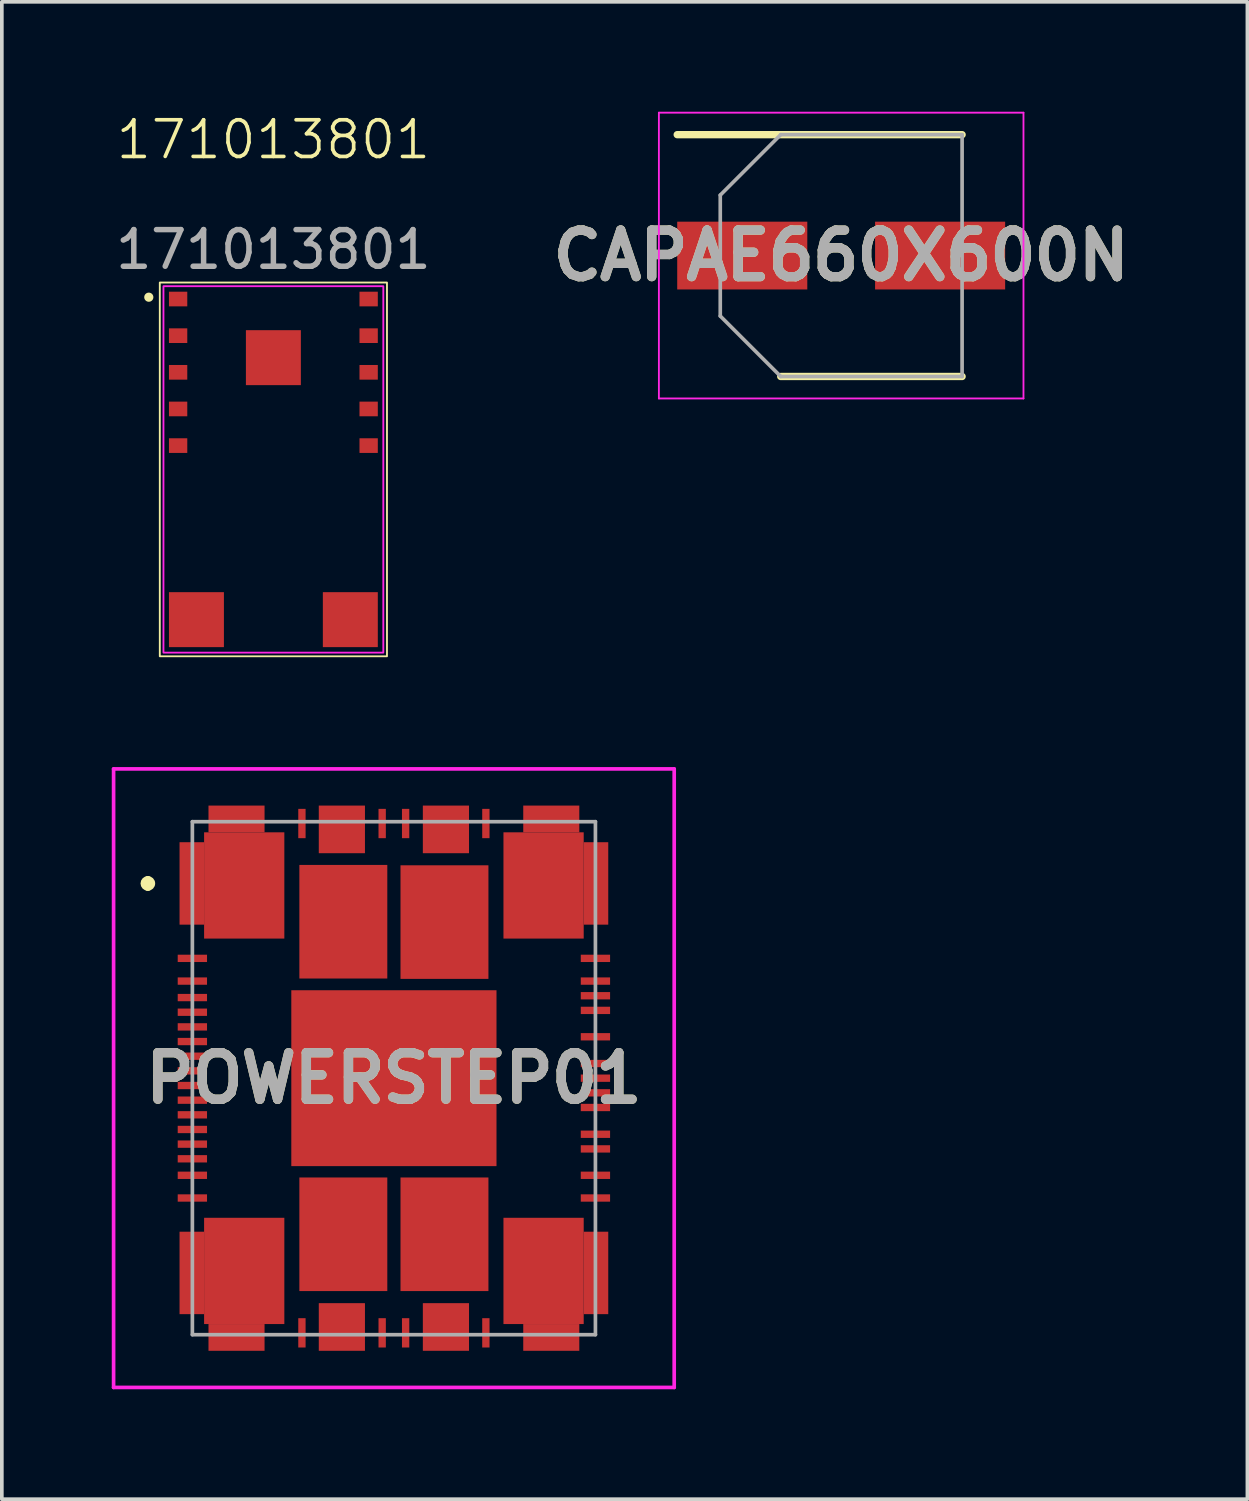
<source format=kicad_pcb>
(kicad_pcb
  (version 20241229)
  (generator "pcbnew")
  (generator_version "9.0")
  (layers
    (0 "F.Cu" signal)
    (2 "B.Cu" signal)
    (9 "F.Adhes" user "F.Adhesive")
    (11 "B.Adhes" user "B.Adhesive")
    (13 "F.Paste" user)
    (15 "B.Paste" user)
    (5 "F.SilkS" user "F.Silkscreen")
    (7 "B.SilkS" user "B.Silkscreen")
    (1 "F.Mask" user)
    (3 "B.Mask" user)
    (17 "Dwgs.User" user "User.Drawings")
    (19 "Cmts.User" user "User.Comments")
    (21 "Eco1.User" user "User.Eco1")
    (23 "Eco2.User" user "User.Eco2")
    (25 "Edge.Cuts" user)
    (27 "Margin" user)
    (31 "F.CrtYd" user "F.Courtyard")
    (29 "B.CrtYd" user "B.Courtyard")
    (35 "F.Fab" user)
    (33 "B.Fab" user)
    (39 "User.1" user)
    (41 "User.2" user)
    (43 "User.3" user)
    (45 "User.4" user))
  (footprint "POWERSTEP01"
    (layer "F.Cu")
    (at 7.7 26.375)
    (property "Reference" "POWERSTEP01" (at 0 0 0) (layer "F.SilkS") (effects (font (size 1.27 1.27) (thickness 0.254))))
    (attr smd)
    (fp_line (start -6.715 -5.415) (end -6.715 -5.415) (stroke (width 0.2) (type solid)) (layer "F.SilkS"))
    (fp_line (start -6.715 -5.215) (end -6.715 -5.215) (stroke (width 0.2) (type solid)) (layer "F.SilkS"))
    (fp_arc (start -6.715 -5.415) (mid -6.615 -5.315) (end -6.715 -5.215) (stroke (width 0.2) (type solid)) (layer "F.SilkS"))
    (fp_arc (start -6.715 -5.215) (mid -6.815 -5.315) (end -6.715 -5.415) (stroke (width 0.2) (type solid)) (layer "F.SilkS"))
    (fp_line (start -7.65 -8.44) (end 7.65 -8.44) (stroke (width 0.1) (type solid)) (layer "F.CrtYd"))
    (fp_line (start -7.65 8.44) (end -7.65 -8.44) (stroke (width 0.1) (type solid)) (layer "F.CrtYd"))
    (fp_line (start 7.65 -8.44) (end 7.65 8.44) (stroke (width 0.1) (type solid)) (layer "F.CrtYd"))
    (fp_line (start 7.65 8.44) (end -7.65 8.44) (stroke (width 0.1) (type solid)) (layer "F.CrtYd"))
    (fp_line (start -5.5 -7) (end 5.5 -7) (stroke (width 0.1) (type solid)) (layer "F.Fab"))
    (fp_line (start -5.5 7) (end -5.5 -7) (stroke (width 0.1) (type solid)) (layer "F.Fab"))
    (fp_line (start 5.5 -7) (end 5.5 7) (stroke (width 0.1) (type solid)) (layer "F.Fab"))
    (fp_line (start 5.5 7) (end -5.5 7) (stroke (width 0.1) (type solid)) (layer "F.Fab"))
    (fp_text user "${REFERENCE}" (at 0 0 0) (layer "F.Fab") (effects (font (size 1.27 1.27) (thickness 0.254))))
    (pad "1" smd rect (at -5.515 -5.315) (size 0.67 2.25) (layers "F.Cu" "F.Mask" "F.Paste"))
    (pad "7" smd rect (at -5.5 -3.27 90) (size 0.2 0.8) (layers "F.Cu" "F.Mask" "F.Paste"))
    (pad "8" smd rect (at -5.5 -2.65 90) (size 0.2 0.8) (layers "F.Cu" "F.Mask" "F.Paste"))
    (pad "9" smd rect (at -5.5 -2.2 90) (size 0.2 0.8) (layers "F.Cu" "F.Mask" "F.Paste"))
    (pad "10" smd rect (at -5.5 -1.8 90) (size 0.2 0.8) (layers "F.Cu" "F.Mask" "F.Paste"))
    (pad "11" smd rect (at -5.5 -1.4 90) (size 0.2 0.8) (layers "F.Cu" "F.Mask" "F.Paste"))
    (pad "12" smd rect (at -5.5 -1 90) (size 0.2 0.8) (layers "F.Cu" "F.Mask" "F.Paste"))
    (pad "13" smd rect (at -5.5 -0.6 90) (size 0.2 0.8) (layers "F.Cu" "F.Mask" "F.Paste"))
    (pad "14" smd rect (at -5.5 -0.2 90) (size 0.2 0.8) (layers "F.Cu" "F.Mask" "F.Paste"))
    (pad "15" smd rect (at -5.5 0.2 90) (size 0.2 0.8) (layers "F.Cu" "F.Mask" "F.Paste"))
    (pad "16" smd rect (at -5.5 0.6 90) (size 0.2 0.8) (layers "F.Cu" "F.Mask" "F.Paste"))
    (pad "17" smd rect (at -5.5 1 90) (size 0.2 0.8) (layers "F.Cu" "F.Mask" "F.Paste"))
    (pad "18" smd rect (at -5.5 1.4 90) (size 0.2 0.8) (layers "F.Cu" "F.Mask" "F.Paste"))
    (pad "19" smd rect (at -5.5 1.8 90) (size 0.2 0.8) (layers "F.Cu" "F.Mask" "F.Paste"))
    (pad "20" smd rect (at -5.5 2.2 90) (size 0.2 0.8) (layers "F.Cu" "F.Mask" "F.Paste"))
    (pad "21" smd rect (at -5.5 2.65 90) (size 0.2 0.8) (layers "F.Cu" "F.Mask" "F.Paste"))
    (pad "22" smd rect (at -5.5 3.27 90) (size 0.2 0.8) (layers "F.Cu" "F.Mask" "F.Paste"))
    (pad "23" smd rect (at -5.515 5.315) (size 0.67 2.25) (layers "F.Cu" "F.Mask" "F.Paste"))
    (pad "24" smd rect (at -4.295 7.075 90) (size 0.73 1.53) (layers "F.Cu" "F.Mask" "F.Paste"))
    (pad "33" smd rect (at -2.51 6.95) (size 0.2 0.8) (layers "F.Cu" "F.Mask" "F.Paste"))
    (pad "37" smd rect (at -0.32 6.95) (size 0.2 0.8) (layers "F.Cu" "F.Mask" "F.Paste"))
    (pad "38" smd rect (at 0.32 6.95) (size 0.2 0.8) (layers "F.Cu" "F.Mask" "F.Paste"))
    (pad "42" smd rect (at 2.51 6.95) (size 0.2 0.8) (layers "F.Cu" "F.Mask" "F.Paste"))
    (pad "43" smd rect (at 4.295 7.075 90) (size 0.73 1.53) (layers "F.Cu" "F.Mask" "F.Paste"))
    (pad "47" smd rect (at 5.515 5.315) (size 0.67 2.25) (layers "F.Cu" "F.Mask" "F.Paste"))
    (pad "53" smd rect (at 5.5 3.27 90) (size 0.2 0.8) (layers "F.Cu" "F.Mask" "F.Paste"))
    (pad "54" smd rect (at 5.5 2.65 90) (size 0.2 0.8) (layers "F.Cu" "F.Mask" "F.Paste"))
    (pad "55" smd rect (at 5.5 1.93 90) (size 0.2 0.8) (layers "F.Cu" "F.Mask" "F.Paste"))
    (pad "56" smd rect (at 5.5 1.53 90) (size 0.2 0.8) (layers "F.Cu" "F.Mask" "F.Paste"))
    (pad "57" smd rect (at 5.5 0.8 90) (size 0.2 0.8) (layers "F.Cu" "F.Mask" "F.Paste"))
    (pad "58" smd rect (at 5.5 0.4 90) (size 0.2 0.8) (layers "F.Cu" "F.Mask" "F.Paste"))
    (pad "59" smd rect (at 5.5 0 90) (size 0.2 0.8) (layers "F.Cu" "F.Mask" "F.Paste"))
    (pad "60" smd rect (at 5.5 -0.4 90) (size 0.2 0.8) (layers "F.Cu" "F.Mask" "F.Paste"))
    (pad "61" smd rect (at 5.5 -1.13 90) (size 0.2 0.8) (layers "F.Cu" "F.Mask" "F.Paste"))
    (pad "62" smd rect (at 5.5 -1.85 90) (size 0.2 0.8) (layers "F.Cu" "F.Mask" "F.Paste"))
    (pad "63" smd rect (at 5.5 -2.25 90) (size 0.2 0.8) (layers "F.Cu" "F.Mask" "F.Paste"))
    (pad "64" smd rect (at 5.5 -2.65 90) (size 0.2 0.8) (layers "F.Cu" "F.Mask" "F.Paste"))
    (pad "65" smd rect (at 5.5 -3.27 90) (size 0.2 0.8) (layers "F.Cu" "F.Mask" "F.Paste"))
    (pad "66" smd rect (at 5.515 -5.315) (size 0.67 2.25) (layers "F.Cu" "F.Mask" "F.Paste"))
    (pad "72" smd rect (at 4.295 -7.075 90) (size 0.73 1.53) (layers "F.Cu" "F.Mask" "F.Paste"))
    (pad "76" smd rect (at 2.51 -6.95) (size 0.2 0.8) (layers "F.Cu" "F.Mask" "F.Paste"))
    (pad "80" smd rect (at 0.32 -6.95) (size 0.2 0.8) (layers "F.Cu" "F.Mask" "F.Paste"))
    (pad "81" smd rect (at -0.32 -6.95) (size 0.2 0.8) (layers "F.Cu" "F.Mask" "F.Paste"))
    (pad "85" smd rect (at -2.51 -6.95) (size 0.2 0.8) (layers "F.Cu" "F.Mask" "F.Paste"))
    (pad "86" smd rect (at -4.295 -7.075 90) (size 0.73 1.53) (layers "F.Cu" "F.Mask" "F.Paste"))
    (pad "87" smd rect (at -4.085 -5.26) (size 2.19 2.9) (layers "F.Cu" "F.Mask" "F.Paste"))
    (pad "88" smd rect (at -4.085 5.26) (size 2.19 2.9) (layers "F.Cu" "F.Mask" "F.Paste"))
    (pad "89" smd rect (at -1.38 4.26) (size 2.4 3.1) (layers "F.Cu" "F.Mask" "F.Paste"))
    (pad "90" smd rect (at 1.38 4.26) (size 2.4 3.1) (layers "F.Cu" "F.Mask" "F.Paste"))
    (pad "91" smd rect (at 4.085 5.26) (size 2.19 2.9) (layers "F.Cu" "F.Mask" "F.Paste"))
    (pad "92" smd rect (at 4.085 -5.26) (size 2.19 2.9) (layers "F.Cu" "F.Mask" "F.Paste"))
    (pad "93" smd rect (at 1.38 -4.26) (size 2.4 3.1) (layers "F.Cu" "F.Mask" "F.Paste"))
    (pad "94" smd rect (at -1.38 -4.27) (size 2.4 3.1) (layers "F.Cu" "F.Mask" "F.Paste"))
    (pad "95" smd rect (at 0 0 90) (size 4.8 5.6) (layers "F.Cu" "F.Mask" "F.Paste"))
    (pad "96" smd rect (at -1.42 6.79) (size 1.26 1.3) (layers "F.Cu" "F.Mask" "F.Paste"))
    (pad "97" smd rect (at 1.42 6.79) (size 1.26 1.3) (layers "F.Cu" "F.Mask" "F.Paste"))
    (pad "98" smd rect (at 1.42 -6.79) (size 1.26 1.3) (layers "F.Cu" "F.Mask" "F.Paste"))
    (pad "99" smd rect (at -1.42 -6.79) (size 1.26 1.3) (layers "F.Cu" "F.Mask" "F.Paste")))
  (footprint "CAPAE660X600N"
    (layer "F.Cu")
    (at 19.907 3.925)
    (property "Reference" "CAPAE660X600N" (at 0 0 0) (layer "F.SilkS") (effects (font (size 1.27 1.27) (thickness 0.254))))
    (attr smd)
    (fp_line (start -4.475 -3.3) (end 3.3 -3.3) (stroke (width 0.2) (type solid)) (layer "F.SilkS"))
    (fp_line (start -1.65 3.3) (end 3.3 3.3) (stroke (width 0.2) (type solid)) (layer "F.SilkS"))
    (fp_line (start -4.975 -3.9) (end 4.975 -3.9) (stroke (width 0.05) (type solid)) (layer "F.CrtYd"))
    (fp_line (start -4.975 3.9) (end -4.975 -3.9) (stroke (width 0.05) (type solid)) (layer "F.CrtYd"))
    (fp_line (start 4.975 -3.9) (end 4.975 3.9) (stroke (width 0.05) (type solid)) (layer "F.CrtYd"))
    (fp_line (start 4.975 3.9) (end -4.975 3.9) (stroke (width 0.05) (type solid)) (layer "F.CrtYd"))
    (fp_line (start -3.3 -1.65) (end -3.3 1.65) (stroke (width 0.1) (type solid)) (layer "F.Fab"))
    (fp_line (start -3.3 1.65) (end -1.65 3.3) (stroke (width 0.1) (type solid)) (layer "F.Fab"))
    (fp_line (start -1.65 -3.3) (end -3.3 -1.65) (stroke (width 0.1) (type solid)) (layer "F.Fab"))
    (fp_line (start -1.65 3.3) (end 3.3 3.3) (stroke (width 0.1) (type solid)) (layer "F.Fab"))
    (fp_line (start 3.3 -3.3) (end -1.65 -3.3) (stroke (width 0.1) (type solid)) (layer "F.Fab"))
    (fp_line (start 3.3 3.3) (end 3.3 -3.3) (stroke (width 0.1) (type solid)) (layer "F.Fab"))
    (fp_text user "${REFERENCE}" (at 0 0 0) (layer "F.Fab") (effects (font (size 1.27 1.27) (thickness 0.254))))
    (pad "1" smd rect (at -2.7 0 90) (size 1.85 3.55) (layers "F.Cu" "F.Mask" "F.Paste"))
    (pad "2" smd rect (at 2.7 0 90) (size 1.85 3.55) (layers "F.Cu" "F.Mask" "F.Paste")))
  (footprint "171013801"
    (layer "F.Cu")
    (at 4.411 9.761)
    (property "Reference" "171013801" (at 0 -9 0) (unlocked yes) (layer "F.SilkS") (effects (font (size 1 1) (thickness 0.1))))
    (attr smd)
    (fp_rect (start -3.1 -5.1) (end 3.1 5.1) (stroke (width 0.05) (type default)) (fill no) (layer "F.SilkS"))
    (fp_circle (center -3.4 -4.7) (end -3.3 -4.7) (stroke (width 0.05) (type solid)) (fill yes) (layer "F.SilkS"))
    (fp_rect (start -3 -5) (end 3 5) (stroke (width 0.05) (type default)) (fill no) (layer "F.CrtYd"))
    (fp_text user "${REFERENCE}" (at 0 -6 0) (unlocked yes) (layer "F.Fab") (effects (font (size 1 1) (thickness 0.15))))
    (pad "1" smd rect (at -2.6 -4.65) (size 0.5 0.4) (layers "F.Cu" "F.Mask" "F.Paste"))
    (pad "2" smd rect (at -2.6 -3.65) (size 0.5 0.4) (layers "F.Cu" "F.Mask" "F.Paste"))
    (pad "3" smd rect (at -2.6 -2.65) (size 0.5 0.4) (layers "F.Cu" "F.Mask" "F.Paste"))
    (pad "4" smd rect (at -2.6 -1.65) (size 0.5 0.4) (layers "F.Cu" "F.Mask" "F.Paste"))
    (pad "5" smd rect (at -2.6 -0.65) (size 0.5 0.4) (layers "F.Cu" "F.Mask" "F.Paste"))
    (pad "6" smd rect (at -2.1 4.1) (size 1.5 1.5) (layers "F.Cu" "F.Mask" "F.Paste"))
    (pad "7" smd rect (at 2.1 4.1) (size 1.5 1.5) (layers "F.Cu" "F.Mask" "F.Paste"))
    (pad "8" smd rect (at 2.6 -0.65) (size 0.5 0.4) (layers "F.Cu" "F.Mask" "F.Paste"))
    (pad "9" smd rect (at 2.6 -1.65) (size 0.5 0.4) (layers "F.Cu" "F.Mask" "F.Paste"))
    (pad "10" smd rect (at 2.6 -2.65) (size 0.5 0.4) (layers "F.Cu" "F.Mask" "F.Paste"))
    (pad "11" smd rect (at 2.6 -3.65) (size 0.5 0.4) (layers "F.Cu" "F.Mask" "F.Paste"))
    (pad "12" smd rect (at 2.6 -4.65) (size 0.5 0.4) (layers "F.Cu" "F.Mask" "F.Paste"))
    (pad "13" smd rect (at 0 -3.05) (size 1.5 1.5) (layers "F.Cu" "F.Mask" "F.Paste")))
  (gr_rect
    (start -3 -3)
    (end 30.993 37.865)
    (stroke (width 0.1) (type default))
    (fill no)
    (layer "Edge.Cuts")))
</source>
